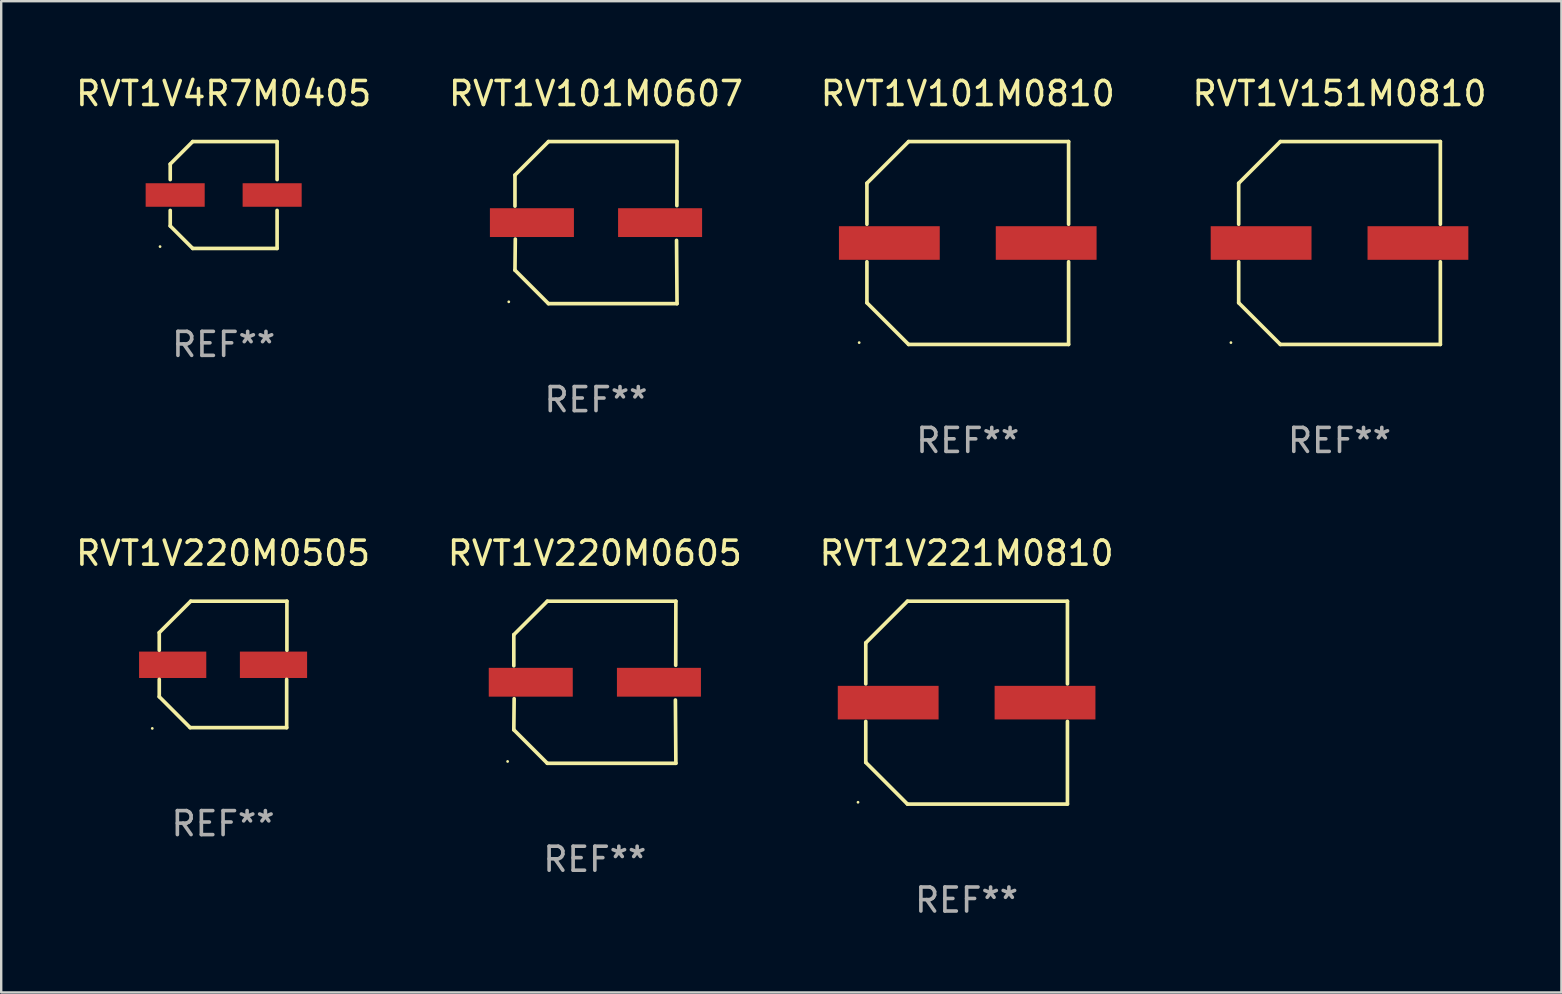
<source format=kicad_pcb>
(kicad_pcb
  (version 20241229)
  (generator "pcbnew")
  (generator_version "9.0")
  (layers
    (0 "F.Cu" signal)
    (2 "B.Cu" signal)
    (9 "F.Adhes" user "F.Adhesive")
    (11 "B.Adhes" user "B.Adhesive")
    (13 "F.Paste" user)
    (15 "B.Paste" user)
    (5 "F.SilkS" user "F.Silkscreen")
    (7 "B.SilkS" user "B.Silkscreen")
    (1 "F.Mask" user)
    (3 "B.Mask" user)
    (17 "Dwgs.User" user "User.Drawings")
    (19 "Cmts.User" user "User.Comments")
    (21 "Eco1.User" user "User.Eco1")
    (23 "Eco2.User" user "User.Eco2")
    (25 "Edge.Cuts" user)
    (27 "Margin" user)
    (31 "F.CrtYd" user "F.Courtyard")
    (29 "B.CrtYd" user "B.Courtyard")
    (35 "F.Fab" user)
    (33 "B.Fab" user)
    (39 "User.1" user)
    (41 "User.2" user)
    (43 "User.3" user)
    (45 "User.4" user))
  (footprint "RVT1V4R7M0405"
    (layer "F.Cu")
    (at 6.268 5.074)
    (property "Reference" "RVT1V4R7M0405" (at 0 -4.226 0) (layer "F.SilkS") (effects (font (size 1 1) (thickness 0.15))))
    (attr through_hole)
    (fp_line (start -2.226 -1.29) (end -1.29 -2.226) (stroke (width 0.152) (type solid)) (layer "F.SilkS"))
    (fp_line (start -2.226 -0.642) (end -2.226 -1.29) (stroke (width 0.152) (type solid)) (layer "F.SilkS"))
    (fp_line (start -2.226 0.642) (end -2.226 1.29) (stroke (width 0.152) (type solid)) (layer "F.SilkS"))
    (fp_line (start -2.226 1.29) (end -1.29 2.226) (stroke (width 0.152) (type solid)) (layer "F.SilkS"))
    (fp_line (start -1.29 -2.226) (end 2.226 -2.226) (stroke (width 0.152) (type solid)) (layer "F.SilkS"))
    (fp_line (start -1.29 2.226) (end 2.226 2.226) (stroke (width 0.152) (type solid)) (layer "F.SilkS"))
    (fp_line (start 2.226 -2.226) (end 2.226 -0.642) (stroke (width 0.152) (type solid)) (layer "F.SilkS"))
    (fp_line (start 2.226 2.226) (end 2.226 0.642) (stroke (width 0.152) (type solid)) (layer "F.SilkS"))
    (fp_circle (center -2.65 2.15) (end -2.62 2.15) (stroke (width 0.06) (type solid)) (fill no) (layer "F.SilkS"))
    (fp_text user "REF**" (at 0 6.226 0) (layer "F.Fab") (effects (font (size 1 1) (thickness 0.15))))
    (pad "1" smd rect (at -2.02 -0.000013) (size 2.46 0.98) (layers "F.Cu" "F.Mask" "F.Paste"))
    (pad "2" smd rect (at 2.02 -0.000013) (size 2.46 0.98) (layers "F.Cu" "F.Mask" "F.Paste")))
  (footprint "RVT1V151M0810"
    (layer "F.Cu")
    (at 52.756 7.074)
    (property "Reference" "RVT1V151M0810" (at 0 -6.226 0) (layer "F.SilkS") (effects (font (size 1 1) (thickness 0.15))))
    (attr through_hole)
    (fp_line (start -4.201 -2.49) (end -4.201 -0.782) (stroke (width 0.152) (type solid)) (layer "F.SilkS"))
    (fp_line (start -4.201 2.49) (end -4.201 0.782) (stroke (width 0.152) (type solid)) (layer "F.SilkS"))
    (fp_line (start -2.465 -4.226) (end -4.201 -2.49) (stroke (width 0.152) (type solid)) (layer "F.SilkS"))
    (fp_line (start -2.465 4.226) (end -4.201 2.49) (stroke (width 0.152) (type solid)) (layer "F.SilkS"))
    (fp_line (start 4.201 -4.226) (end -2.465 -4.226) (stroke (width 0.152) (type solid)) (layer "F.SilkS"))
    (fp_line (start 4.201 -0.782) (end 4.201 -4.226) (stroke (width 0.152) (type solid)) (layer "F.SilkS"))
    (fp_line (start 4.201 0.782) (end 4.201 4.226) (stroke (width 0.152) (type solid)) (layer "F.SilkS"))
    (fp_line (start 4.201 4.226) (end -2.465 4.226) (stroke (width 0.152) (type solid)) (layer "F.SilkS"))
    (fp_circle (center -4.524 4.15) (end -4.494 4.15) (stroke (width 0.06) (type solid)) (fill no) (layer "F.SilkS"))
    (fp_text user "REF**" (at 0 8.226 0) (layer "F.Fab") (effects (font (size 1 1) (thickness 0.15))))
    (pad "1" smd rect (at -3.267 0) (size 4.2 1.4) (layers "F.Cu" "F.Mask" "F.Paste"))
    (pad "2" smd rect (at 3.267 0) (size 4.2 1.4) (layers "F.Cu" "F.Mask" "F.Paste")))
  (footprint "RVT1V101M0810"
    (layer "F.Cu")
    (at 37.268 7.074)
    (property "Reference" "RVT1V101M0810" (at 0 -6.226 0) (layer "F.SilkS") (effects (font (size 1 1) (thickness 0.15))))
    (attr through_hole)
    (fp_line (start -4.201 -2.49) (end -4.201 -0.782) (stroke (width 0.152) (type solid)) (layer "F.SilkS"))
    (fp_line (start -4.201 2.49) (end -4.201 0.782) (stroke (width 0.152) (type solid)) (layer "F.SilkS"))
    (fp_line (start -2.465 -4.226) (end -4.201 -2.49) (stroke (width 0.152) (type solid)) (layer "F.SilkS"))
    (fp_line (start -2.465 4.226) (end -4.201 2.49) (stroke (width 0.152) (type solid)) (layer "F.SilkS"))
    (fp_line (start 4.201 -4.226) (end -2.465 -4.226) (stroke (width 0.152) (type solid)) (layer "F.SilkS"))
    (fp_line (start 4.201 -0.782) (end 4.201 -4.226) (stroke (width 0.152) (type solid)) (layer "F.SilkS"))
    (fp_line (start 4.201 0.782) (end 4.201 4.226) (stroke (width 0.152) (type solid)) (layer "F.SilkS"))
    (fp_line (start 4.201 4.226) (end -2.465 4.226) (stroke (width 0.152) (type solid)) (layer "F.SilkS"))
    (fp_circle (center -4.524 4.15) (end -4.494 4.15) (stroke (width 0.06) (type solid)) (fill no) (layer "F.SilkS"))
    (fp_text user "REF**" (at 0 8.226 0) (layer "F.Fab") (effects (font (size 1 1) (thickness 0.15))))
    (pad "1" smd rect (at -3.267 0) (size 4.2 1.4) (layers "F.Cu" "F.Mask" "F.Paste"))
    (pad "2" smd rect (at 3.267 0) (size 4.2 1.4) (layers "F.Cu" "F.Mask" "F.Paste")))
  (footprint "RVT1V101M0607"
    (layer "F.Cu")
    (at 21.78 6.224)
    (property "Reference" "RVT1V101M0607" (at 0 -5.376 0) (layer "F.SilkS") (effects (font (size 1 1) (thickness 0.15))))
    (attr through_hole)
    (fp_line (start -3.376 -1.98) (end -3.376 -0.686) (stroke (width 0.152) (type solid)) (layer "F.SilkS"))
    (fp_line (start -3.376 1.981) (end -3.362 0.686) (stroke (width 0.152) (type solid)) (layer "F.SilkS"))
    (fp_line (start -1.981 3.376) (end -3.376 1.981) (stroke (width 0.152) (type solid)) (layer "F.SilkS"))
    (fp_line (start -1.98 -3.376) (end -3.376 -1.98) (stroke (width 0.152) (type solid)) (layer "F.SilkS"))
    (fp_line (start 3.356 0.74) (end 3.376 3.376) (stroke (width 0.152) (type solid)) (layer "F.SilkS"))
    (fp_line (start 3.369 -0.707) (end 3.376 -3.376) (stroke (width 0.152) (type solid)) (layer "F.SilkS"))
    (fp_line (start 3.376 3.376) (end -1.981 3.376) (stroke (width 0.152) (type solid)) (layer "F.SilkS"))
    (fp_line (start 3.376 -3.376) (end -1.98 -3.376) (stroke (width 0.152) (type solid)) (layer "F.SilkS"))
    (fp_circle (center -3.634 3.3) (end -3.604 3.3) (stroke (width 0.06) (type solid)) (fill no) (layer "F.SilkS"))
    (fp_text user "REF**" (at 0 7.376 0) (layer "F.Fab") (effects (font (size 1 1) (thickness 0.15))))
    (pad "1" smd rect (at -2.67 0.000254) (size 3.5 1.2) (layers "F.Cu" "F.Mask" "F.Paste"))
    (pad "2" smd rect (at 2.67 0.000254) (size 3.5 1.2) (layers "F.Cu" "F.Mask" "F.Paste")))
  (footprint "RVT1V220M0505"
    (layer "F.Cu")
    (at 6.244 24.631)
    (property "Reference" "RVT1V220M0505" (at 0 -4.634 0) (layer "F.SilkS") (effects (font (size 1 1) (thickness 0.15))))
    (attr through_hole)
    (fp_line (start -2.659 -1.326) (end -2.659 -0.592) (stroke (width 0.152) (type solid)) (layer "F.SilkS"))
    (fp_line (start -2.659 1.346) (end -2.659 0.622) (stroke (width 0.152) (type solid)) (layer "F.SilkS"))
    (fp_line (start -1.372 2.634) (end -2.659 1.346) (stroke (width 0.152) (type solid)) (layer "F.SilkS"))
    (fp_line (start -1.349 -2.634) (end -2.659 -1.326) (stroke (width 0.152) (type solid)) (layer "F.SilkS"))
    (fp_line (start 2.649 0.622) (end 2.649 2.634) (stroke (width 0.152) (type solid)) (layer "F.SilkS"))
    (fp_line (start 2.649 2.634) (end -1.372 2.634) (stroke (width 0.152) (type solid)) (layer "F.SilkS"))
    (fp_line (start 2.659 -2.634) (end -1.349 -2.634) (stroke (width 0.152) (type solid)) (layer "F.SilkS"))
    (fp_line (start 2.659 -0.592) (end 2.659 -2.634) (stroke (width 0.152) (type solid)) (layer "F.SilkS"))
    (fp_circle (center -2.95 2.665) (end -2.92 2.665) (stroke (width 0.06) (type solid)) (fill no) (layer "F.SilkS"))
    (fp_text user "REF**" (at 0 6.634 0) (layer "F.Fab") (effects (font (size 1 1) (thickness 0.15))))
    (pad "1" smd rect (at -2.1 0.015) (size 2.8 1.1) (layers "F.Cu" "F.Mask" "F.Paste"))
    (pad "2" smd rect (at 2.1 0.015) (size 2.8 1.1) (layers "F.Cu" "F.Mask" "F.Paste")))
  (footprint "RVT1V221M0810"
    (layer "F.Cu")
    (at 37.22 26.223)
    (property "Reference" "RVT1V221M0810" (at 0 -6.226 0) (layer "F.SilkS") (effects (font (size 1 1) (thickness 0.15))))
    (attr through_hole)
    (fp_line (start -4.201 -2.49) (end -4.201 -0.782) (stroke (width 0.152) (type solid)) (layer "F.SilkS"))
    (fp_line (start -4.201 2.49) (end -4.201 0.782) (stroke (width 0.152) (type solid)) (layer "F.SilkS"))
    (fp_line (start -2.465 -4.226) (end -4.201 -2.49) (stroke (width 0.152) (type solid)) (layer "F.SilkS"))
    (fp_line (start -2.465 4.226) (end -4.201 2.49) (stroke (width 0.152) (type solid)) (layer "F.SilkS"))
    (fp_line (start 4.201 -4.226) (end -2.465 -4.226) (stroke (width 0.152) (type solid)) (layer "F.SilkS"))
    (fp_line (start 4.201 -0.782) (end 4.201 -4.226) (stroke (width 0.152) (type solid)) (layer "F.SilkS"))
    (fp_line (start 4.201 0.782) (end 4.201 4.226) (stroke (width 0.152) (type solid)) (layer "F.SilkS"))
    (fp_line (start 4.201 4.226) (end -2.465 4.226) (stroke (width 0.152) (type solid)) (layer "F.SilkS"))
    (fp_circle (center -4.524 4.15) (end -4.494 4.15) (stroke (width 0.06) (type solid)) (fill no) (layer "F.SilkS"))
    (fp_text user "REF**" (at 0 8.226 0) (layer "F.Fab") (effects (font (size 1 1) (thickness 0.15))))
    (pad "1" smd rect (at -3.267 0) (size 4.2 1.4) (layers "F.Cu" "F.Mask" "F.Paste"))
    (pad "2" smd rect (at 3.267 0) (size 4.2 1.4) (layers "F.Cu" "F.Mask" "F.Paste")))
  (footprint "RVT1V220M0605"
    (layer "F.Cu")
    (at 21.732 25.373)
    (property "Reference" "RVT1V220M0605" (at 0 -5.376 0) (layer "F.SilkS") (effects (font (size 1 1) (thickness 0.15))))
    (attr through_hole)
    (fp_line (start -3.376 -1.98) (end -3.376 -0.686) (stroke (width 0.152) (type solid)) (layer "F.SilkS"))
    (fp_line (start -3.376 1.981) (end -3.362 0.686) (stroke (width 0.152) (type solid)) (layer "F.SilkS"))
    (fp_line (start -1.981 3.376) (end -3.376 1.981) (stroke (width 0.152) (type solid)) (layer "F.SilkS"))
    (fp_line (start -1.98 -3.376) (end -3.376 -1.98) (stroke (width 0.152) (type solid)) (layer "F.SilkS"))
    (fp_line (start 3.356 0.74) (end 3.376 3.376) (stroke (width 0.152) (type solid)) (layer "F.SilkS"))
    (fp_line (start 3.369 -0.707) (end 3.376 -3.376) (stroke (width 0.152) (type solid)) (layer "F.SilkS"))
    (fp_line (start 3.376 3.376) (end -1.981 3.376) (stroke (width 0.152) (type solid)) (layer "F.SilkS"))
    (fp_line (start 3.376 -3.376) (end -1.98 -3.376) (stroke (width 0.152) (type solid)) (layer "F.SilkS"))
    (fp_circle (center -3.634 3.3) (end -3.604 3.3) (stroke (width 0.06) (type solid)) (fill no) (layer "F.SilkS"))
    (fp_text user "REF**" (at 0 7.376 0) (layer "F.Fab") (effects (font (size 1 1) (thickness 0.15))))
    (pad "1" smd rect (at -2.67 0.000254) (size 3.5 1.2) (layers "F.Cu" "F.Mask" "F.Paste"))
    (pad "2" smd rect (at 2.67 0.000254) (size 3.5 1.2) (layers "F.Cu" "F.Mask" "F.Paste")))
  (gr_rect
    (start -3 -3)
    (end 62 38.298)
    (stroke (width 0.1) (type default))
    (fill no)
    (layer "Edge.Cuts")))
</source>
